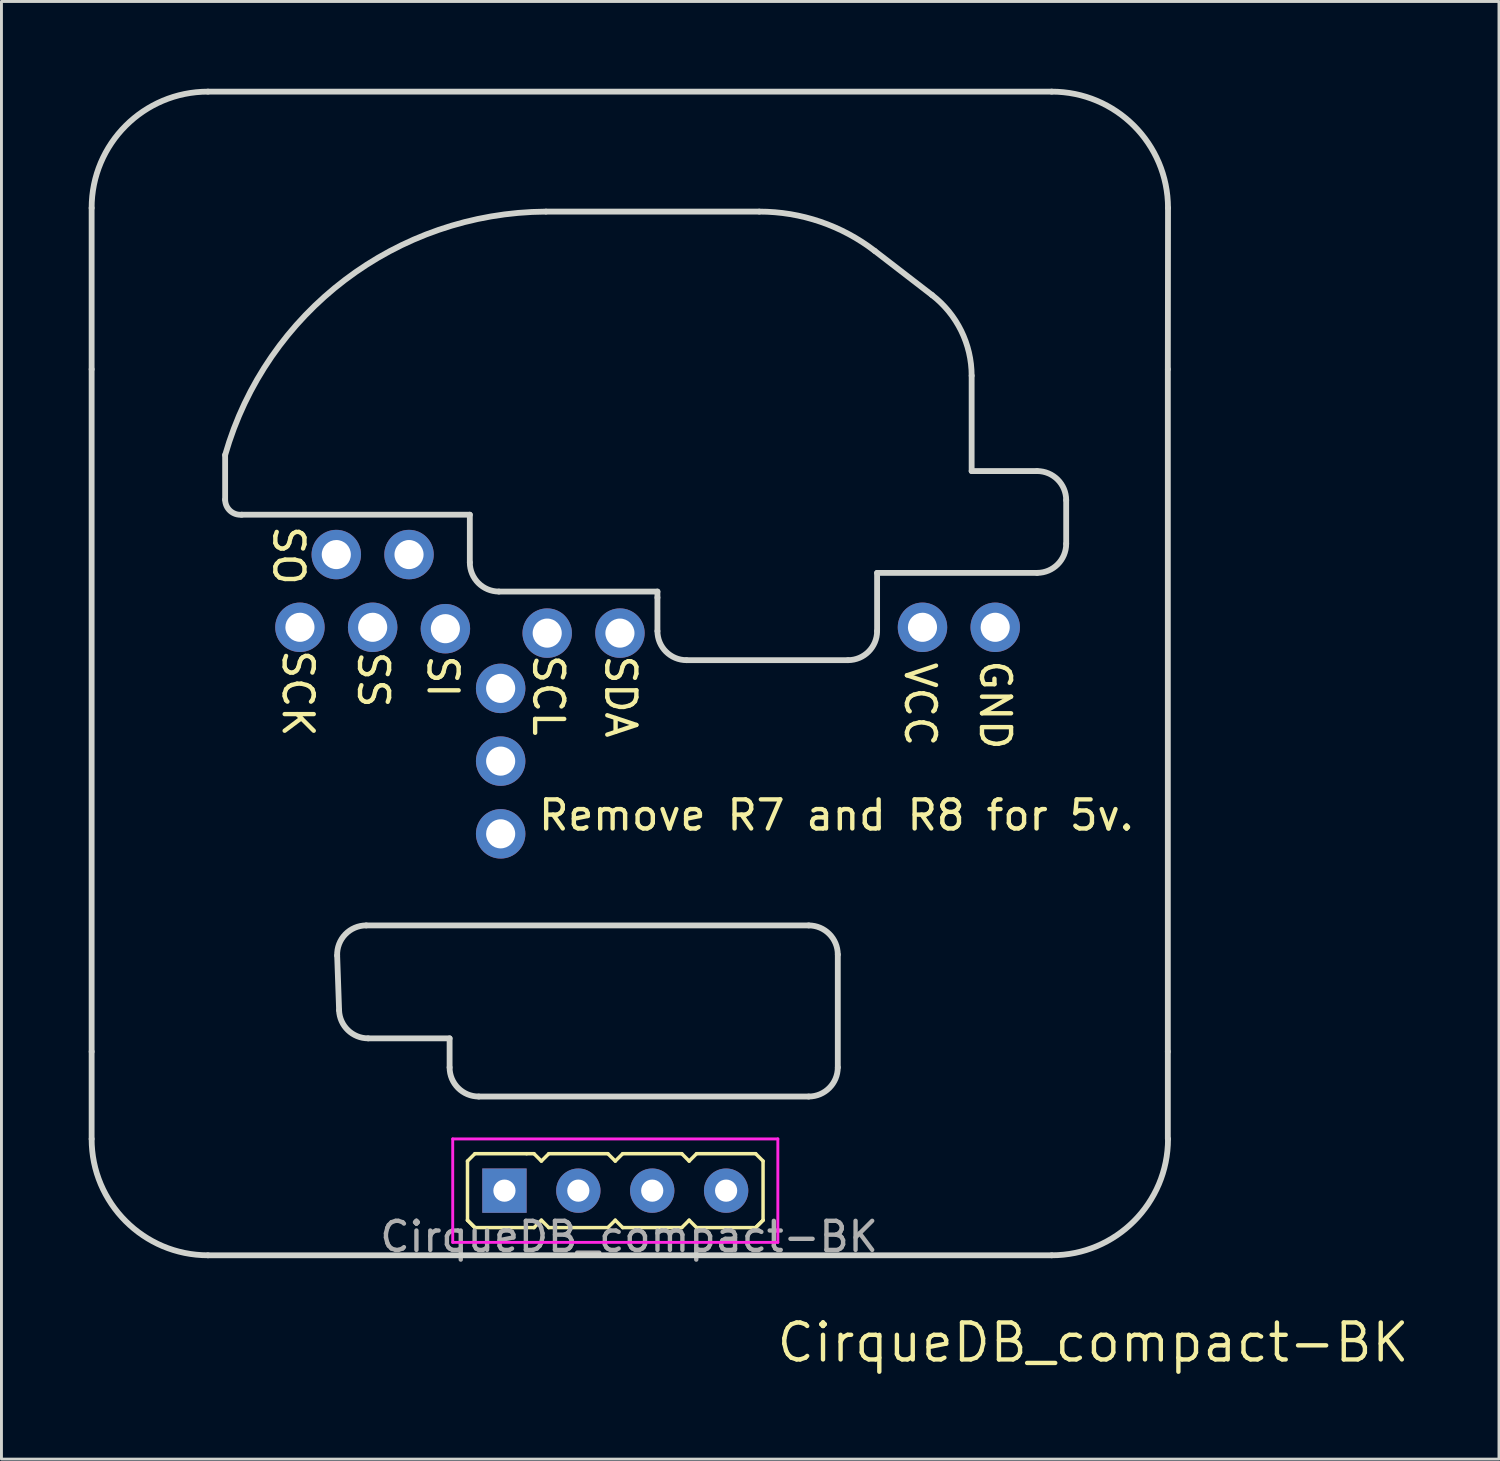
<source format=kicad_pcb>
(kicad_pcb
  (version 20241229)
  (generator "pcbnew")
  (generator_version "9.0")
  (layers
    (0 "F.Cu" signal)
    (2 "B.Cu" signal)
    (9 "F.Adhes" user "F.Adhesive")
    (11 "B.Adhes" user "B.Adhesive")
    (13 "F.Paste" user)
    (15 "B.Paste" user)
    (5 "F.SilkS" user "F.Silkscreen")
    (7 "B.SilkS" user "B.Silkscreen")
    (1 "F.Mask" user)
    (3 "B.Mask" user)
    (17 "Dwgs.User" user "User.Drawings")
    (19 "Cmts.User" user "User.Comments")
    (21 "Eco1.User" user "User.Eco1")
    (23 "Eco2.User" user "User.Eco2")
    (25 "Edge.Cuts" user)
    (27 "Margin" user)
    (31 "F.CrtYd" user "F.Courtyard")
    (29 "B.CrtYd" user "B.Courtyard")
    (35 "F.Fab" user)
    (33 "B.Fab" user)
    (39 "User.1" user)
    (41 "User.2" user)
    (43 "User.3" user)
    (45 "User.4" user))
  (footprint "CirqueDB_compact-BK"
    (layer "F.Cu")
    (at 34.524 43.1)
    (property "Reference" "CirqueDB_compact-BK" (at 0 0 0) (unlocked yes) (layer "F.SilkS") (effects (font (size 1.27 1.27) (thickness 0.15))))
    (fp_line (start -21.504 -6.238) (end -21.504 -4.206) (stroke (width 0.12) (type solid)) (layer "F.SilkS"))
    (fp_line (start -21.25 -6.492) (end -21.504 -6.238) (stroke (width 0.12) (type solid)) (layer "F.SilkS"))
    (fp_line (start -21.25 -6.492) (end -19.472 -6.492) (stroke (width 0.12) (type solid)) (layer "F.SilkS"))
    (fp_line (start -21.25 -3.952) (end -21.504 -4.206) (stroke (width 0.12) (type solid)) (layer "F.SilkS"))
    (fp_line (start -21.25 -3.952) (end -21.504 -4.206) (stroke (width 0.12) (type solid)) (layer "F.SilkS"))
    (fp_line (start -19.472 -6.492) (end -19.218 -6.492) (stroke (width 0.12) (type solid)) (layer "F.SilkS"))
    (fp_line (start -19.218 -6.492) (end -18.964 -6.238) (stroke (width 0.12) (type solid)) (layer "F.SilkS"))
    (fp_line (start -19.218 -3.952) (end -21.25 -3.952) (stroke (width 0.12) (type solid)) (layer "F.SilkS"))
    (fp_line (start -18.964 -6.238) (end -18.71 -6.492) (stroke (width 0.12) (type solid)) (layer "F.SilkS"))
    (fp_line (start -18.964 -4.206) (end -19.218 -3.952) (stroke (width 0.12) (type solid)) (layer "F.SilkS"))
    (fp_line (start -18.71 -6.492) (end -16.678 -6.492) (stroke (width 0.12) (type solid)) (layer "F.SilkS"))
    (fp_line (start -18.71 -3.952) (end -18.964 -4.206) (stroke (width 0.12) (type solid)) (layer "F.SilkS"))
    (fp_line (start -16.678 -6.492) (end -16.424 -6.238) (stroke (width 0.12) (type solid)) (layer "F.SilkS"))
    (fp_line (start -16.678 -3.952) (end -18.71 -3.952) (stroke (width 0.12) (type solid)) (layer "F.SilkS"))
    (fp_line (start -16.424 -6.238) (end -16.17 -6.492) (stroke (width 0.12) (type solid)) (layer "F.SilkS"))
    (fp_line (start -16.424 -4.206) (end -16.678 -3.952) (stroke (width 0.12) (type solid)) (layer "F.SilkS"))
    (fp_line (start -16.17 -6.492) (end -14.138 -6.492) (stroke (width 0.12) (type solid)) (layer "F.SilkS"))
    (fp_line (start -16.17 -3.952) (end -16.424 -4.206) (stroke (width 0.12) (type solid)) (layer "F.SilkS"))
    (fp_line (start -14.138 -6.492) (end -13.884 -6.238) (stroke (width 0.12) (type solid)) (layer "F.SilkS"))
    (fp_line (start -14.138 -3.952) (end -16.17 -3.952) (stroke (width 0.12) (type solid)) (layer "F.SilkS"))
    (fp_line (start -13.884 -6.238) (end -13.63 -6.492) (stroke (width 0.12) (type solid)) (layer "F.SilkS"))
    (fp_line (start -13.884 -4.206) (end -14.138 -3.952) (stroke (width 0.12) (type solid)) (layer "F.SilkS"))
    (fp_line (start -13.63 -6.492) (end -11.598 -6.492) (stroke (width 0.12) (type solid)) (layer "F.SilkS"))
    (fp_line (start -13.63 -3.952) (end -13.884 -4.206) (stroke (width 0.12) (type solid)) (layer "F.SilkS"))
    (fp_line (start -11.598 -6.492) (end -11.344 -6.238) (stroke (width 0.12) (type solid)) (layer "F.SilkS"))
    (fp_line (start -11.598 -3.952) (end -13.63 -3.952) (stroke (width 0.12) (type solid)) (layer "F.SilkS"))
    (fp_line (start -11.344 -4.206) (end -11.598 -3.952) (stroke (width 0.12) (type solid)) (layer "F.SilkS"))
    (fp_line (start -11.344 -4.206) (end -11.598 -3.952) (stroke (width 0.12) (type solid)) (layer "F.SilkS"))
    (fp_line (start -11.344 -4.206) (end -11.344 -6.238) (stroke (width 0.12) (type solid)) (layer "F.SilkS"))
    (fp_line (start -34.424 -33.457) (end -34.424 -39) (stroke (width 0.2) (type solid)) (layer "Edge.Cuts"))
    (fp_line (start -34.424 -33.457) (end -34.424 -10) (stroke (width 0.2) (type solid)) (layer "Edge.Cuts"))
    (fp_line (start -34.424 -10) (end -34.424 -7) (stroke (width 0.2) (type solid)) (layer "Edge.Cuts"))
    (fp_line (start -30.424 -3) (end -1.424 -3) (stroke (width 0.2) (type solid)) (layer "Edge.Cuts"))
    (fp_line (start -29.835 -28.977) (end -29.835 -30.508) (stroke (width 0.2) (type solid)) (layer "Edge.Cuts"))
    (fp_line (start -25.984 -13.304) (end -25.918 -11.423) (stroke (width 0.2) (type solid)) (layer "Edge.Cuts"))
    (fp_line (start -24.919 -10.457) (end -22.119 -10.457) (stroke (width 0.2) (type solid)) (layer "Edge.Cuts"))
    (fp_line (start -22.119 -10.457) (end -22.119 -9.457) (stroke (width 0.2) (type solid)) (layer "Edge.Cuts"))
    (fp_line (start -21.424 -28.457) (end -29.264 -28.457) (stroke (width 0.2) (type solid)) (layer "Edge.Cuts"))
    (fp_line (start -21.424 -26.815) (end -21.424 -28.457) (stroke (width 0.2) (type solid)) (layer "Edge.Cuts"))
    (fp_line (start -21.119 -8.457) (end -9.775 -8.457) (stroke (width 0.2) (type solid)) (layer "Edge.Cuts"))
    (fp_line (start -18.809 -38.876) (end -11.473 -38.876) (stroke (width 0.2) (type solid)) (layer "Edge.Cuts"))
    (fp_line (start -14.975 -25.815) (end -20.424 -25.815) (stroke (width 0.2) (type solid)) (layer "Edge.Cuts"))
    (fp_line (start -14.975 -25.609) (end -14.975 -25.815) (stroke (width 0.2) (type solid)) (layer "Edge.Cuts"))
    (fp_line (start -14.975 -24.457) (end -14.975 -25.609) (stroke (width 0.2) (type solid)) (layer "Edge.Cuts"))
    (fp_line (start -9.775 -14.339) (end -24.985 -14.339) (stroke (width 0.2) (type solid)) (layer "Edge.Cuts"))
    (fp_line (start -8.775 -9.457) (end -8.775 -13.339) (stroke (width 0.2) (type solid)) (layer "Edge.Cuts"))
    (fp_line (start -8.424 -23.457) (end -13.975 -23.457) (stroke (width 0.2) (type solid)) (layer "Edge.Cuts"))
    (fp_line (start -7.504 -37.524) (end -5.537 -36.008) (stroke (width 0.2) (type solid)) (layer "Edge.Cuts"))
    (fp_line (start -7.424 -26.457) (end -7.424 -24.457) (stroke (width 0.2) (type solid)) (layer "Edge.Cuts"))
    (fp_line (start -4.174 -33.236) (end -4.174 -29.957) (stroke (width 0.2) (type solid)) (layer "Edge.Cuts"))
    (fp_line (start -4.174 -29.957) (end -1.924 -29.957) (stroke (width 0.2) (type solid)) (layer "Edge.Cuts"))
    (fp_line (start -1.924 -26.457) (end -7.424 -26.457) (stroke (width 0.2) (type solid)) (layer "Edge.Cuts"))
    (fp_line (start -1.424 -43) (end -30.424 -43) (stroke (width 0.2) (type solid)) (layer "Edge.Cuts"))
    (fp_line (start -0.924 -28.957) (end -0.924 -27.457) (stroke (width 0.2) (type solid)) (layer "Edge.Cuts"))
    (fp_line (start 2.57 -33.457) (end 2.576 -39) (stroke (width 0.2) (type solid)) (layer "Edge.Cuts"))
    (fp_line (start 2.57 -10) (end 2.57 -33.457) (stroke (width 0.2) (type solid)) (layer "Edge.Cuts"))
    (fp_line (start 2.57 -10) (end 2.57 -7) (stroke (width 0.2) (type solid)) (layer "Edge.Cuts"))
    (fp_arc (start -34.423961 -39) (mid -33.252388 -41.828427) (end -30.423961 -43) (stroke (width 0.2) (type solid)) (layer "Edge.Cuts"))
    (fp_arc (start -30.423961 -3) (mid -33.252388 -4.171573) (end -34.423961 -7) (stroke (width 0.2) (type solid)) (layer "Edge.Cuts"))
    (fp_arc (start -29.834789 -30.508195) (mid -25.715466 -36.528104) (end -18.809371 -38.87629) (stroke (width 0.2) (type solid)) (layer "Edge.Cuts"))
    (fp_arc (start -29.263961 -28.457381) (mid -29.664048 -28.591499) (end -29.834789 -28.977381) (stroke (width 0.2) (type solid)) (layer "Edge.Cuts"))
    (fp_arc (start -25.983983 -13.304141) (mid -25.703911 -14.033671) (end -24.984591 -14.33901) (stroke (width 0.2) (type solid)) (layer "Edge.Cuts"))
    (fp_arc (start -24.918941 -10.457381) (mid -25.61362 -10.738042) (end -25.918333 -11.422512) (stroke (width 0.2) (type solid)) (layer "Edge.Cuts"))
    (fp_arc (start -21.118883 -8.457381) (mid -21.825979 -8.750285) (end -22.118883 -9.457381) (stroke (width 0.2) (type solid)) (layer "Edge.Cuts"))
    (fp_arc (start -20.423961 -25.81546) (mid -21.131072 -26.108349) (end -21.423961 -26.81546) (stroke (width 0.2) (type solid)) (layer "Edge.Cuts"))
    (fp_arc (start -13.97453 -23.457381) (mid -14.681637 -23.750274) (end -14.97453 -24.457381) (stroke (width 0.2) (type solid)) (layer "Edge.Cuts"))
    (fp_arc (start -11.472513 -38.87629) (mid -9.376431 -38.529049) (end -7.504302 -37.524426) (stroke (width 0.2) (type solid)) (layer "Edge.Cuts"))
    (fp_arc (start -9.77539 -14.33901) (mid -9.068284 -14.046116) (end -8.77539 -13.33901) (stroke (width 0.2) (type solid)) (layer "Edge.Cuts"))
    (fp_arc (start -8.77539 -9.457381) (mid -9.068283 -8.750274) (end -9.77539 -8.457381) (stroke (width 0.2) (type solid)) (layer "Edge.Cuts"))
    (fp_arc (start -7.423961 -24.457381) (mid -7.716854 -23.750274) (end -8.423961 -23.457381) (stroke (width 0.2) (type solid)) (layer "Edge.Cuts"))
    (fp_arc (start -5.537232 -36.008198) (mid -4.533219 -34.780703) (end -4.173961 -33.236125) (stroke (width 0.2) (type solid)) (layer "Edge.Cuts"))
    (fp_arc (start -1.923961 -29.957381) (mid -1.216854 -29.664488) (end -0.923961 -28.957381) (stroke (width 0.2) (type solid)) (layer "Edge.Cuts"))
    (fp_arc (start -1.423961 -43) (mid 1.404466 -41.828427) (end 2.576039 -39) (stroke (width 0.2) (type solid)) (layer "Edge.Cuts"))
    (fp_arc (start -0.923961 -27.457381) (mid -1.216854 -26.750274) (end -1.923961 -26.457381) (stroke (width 0.2) (type solid)) (layer "Edge.Cuts"))
    (fp_arc (start 2.576039 -7) (mid 1.404466 -4.171573) (end -1.423961 -3) (stroke (width 0.2) (type solid)) (layer "Edge.Cuts"))
    (fp_line (start -22.012 -7) (end -22.012 -3.444) (stroke (width 0.1) (type solid)) (layer "F.CrtYd"))
    (fp_line (start -22.012 -7) (end -10.836 -7) (stroke (width 0.1) (type solid)) (layer "F.CrtYd"))
    (fp_line (start -10.836 -3.444) (end -22.012 -3.444) (stroke (width 0.1) (type solid)) (layer "F.CrtYd"))
    (fp_line (start -10.836 -3.444) (end -10.836 -7) (stroke (width 0.1) (type solid)) (layer "F.CrtYd"))
    (fp_line (start -25.924 -13.334) (end -25.858 -11.453) (stroke (width 0.2) (type solid)) (layer "User.7"))
    (fp_line (start -24.859 -10.487) (end -22.059 -10.487) (stroke (width 0.2) (type solid)) (layer "User.7"))
    (fp_line (start -22.059 -10.487) (end -22.059 -9.487) (stroke (width 0.2) (type solid)) (layer "User.7"))
    (fp_line (start -21.364 -26.845) (end -21.364 -28.487) (stroke (width 0.2) (type solid)) (layer "User.7"))
    (fp_line (start -21.059 -8.487) (end -9.715 -8.487) (stroke (width 0.2) (type solid)) (layer "User.7"))
    (fp_line (start -18.749 -38.906) (end -11.413 -38.906) (stroke (width 0.2) (type solid)) (layer "User.7"))
    (fp_line (start -14.915 -25.845) (end -20.364 -25.845) (stroke (width 0.2) (type solid)) (layer "User.7"))
    (fp_line (start -14.915 -25.639) (end -14.915 -25.845) (stroke (width 0.2) (type solid)) (layer "User.7"))
    (fp_line (start -14.915 -24.487) (end -14.915 -25.639) (stroke (width 0.2) (type solid)) (layer "User.7"))
    (fp_line (start -9.715 -14.369) (end -24.925 -14.369) (stroke (width 0.2) (type solid)) (layer "User.7"))
    (fp_line (start -8.715 -9.487) (end -8.715 -13.369) (stroke (width 0.2) (type solid)) (layer "User.7"))
    (fp_line (start -8.364 -23.487) (end -13.915 -23.487) (stroke (width 0.2) (type solid)) (layer "User.7"))
    (fp_line (start -7.444 -37.554) (end -5.477 -36.038) (stroke (width 0.2) (type solid)) (layer "User.7"))
    (fp_line (start -7.364 -26.487) (end -7.364 -24.487) (stroke (width 0.2) (type solid)) (layer "User.7"))
    (fp_line (start -4.114 -33.266) (end -4.114 -29.987) (stroke (width 0.2) (type solid)) (layer "User.7"))
    (fp_line (start -4.114 -29.987) (end -1.864 -29.987) (stroke (width 0.2) (type solid)) (layer "User.7"))
    (fp_line (start -1.864 -26.487) (end -7.364 -26.487) (stroke (width 0.2) (type solid)) (layer "User.7"))
    (fp_line (start -0.864 -28.987) (end -0.864 -27.487) (stroke (width 0.2) (type solid)) (layer "User.7"))
    (fp_arc (start -25.923983 -13.334141) (mid -25.643911 -14.063671) (end -24.924591 -14.36901) (stroke (width 0.2) (type solid)) (layer "User.7"))
    (fp_arc (start -24.858941 -10.487381) (mid -25.55362 -10.768042) (end -25.858333 -11.452512) (stroke (width 0.2) (type solid)) (layer "User.7"))
    (fp_arc (start -21.058883 -8.487381) (mid -21.765979 -8.780285) (end -22.058883 -9.487381) (stroke (width 0.2) (type solid)) (layer "User.7"))
    (fp_arc (start -20.363961 -25.84546) (mid -21.071072 -26.138349) (end -21.363961 -26.84546) (stroke (width 0.2) (type solid)) (layer "User.7"))
    (fp_arc (start -13.91453 -23.487381) (mid -14.621637 -23.780274) (end -14.91453 -24.487381) (stroke (width 0.2) (type solid)) (layer "User.7"))
    (fp_arc (start -11.412513 -38.90629) (mid -9.316431 -38.559049) (end -7.444302 -37.554426) (stroke (width 0.2) (type solid)) (layer "User.7"))
    (fp_arc (start -9.71539 -14.36901) (mid -9.008284 -14.076116) (end -8.71539 -13.36901) (stroke (width 0.2) (type solid)) (layer "User.7"))
    (fp_arc (start -8.71539 -9.487381) (mid -9.008283 -8.780274) (end -9.71539 -8.487381) (stroke (width 0.2) (type solid)) (layer "User.7"))
    (fp_arc (start -7.363961 -24.487381) (mid -7.656854 -23.780274) (end -8.363961 -23.487381) (stroke (width 0.2) (type solid)) (layer "User.7"))
    (fp_arc (start -5.477232 -36.038198) (mid -4.473219 -34.810703) (end -4.113961 -33.266125) (stroke (width 0.2) (type solid)) (layer "User.7"))
    (fp_arc (start -1.863961 -29.987381) (mid -1.156854 -29.694488) (end -0.863961 -28.987381) (stroke (width 0.2) (type solid)) (layer "User.7"))
    (fp_arc (start -0.863961 -27.487381) (mid -1.156854 -26.780274) (end -1.863961 -26.487381) (stroke (width 0.2) (type solid)) (layer "User.7"))
    (fp_circle (center -27.264 -24.587) (end -28.014 -24.587) (stroke (width 0.2) (type solid)) (fill no) (layer "User.7"))
    (fp_circle (center -26.014 -27.087) (end -26.764 -27.087) (stroke (width 0.2) (type solid)) (fill no) (layer "User.7"))
    (fp_circle (center -24.764 -24.587) (end -25.514 -24.587) (stroke (width 0.2) (type solid)) (fill no) (layer "User.7"))
    (fp_circle (center -23.514 -27.087) (end -24.264 -27.087) (stroke (width 0.2) (type solid)) (fill no) (layer "User.7"))
    (fp_circle (center -22.264 -24.539) (end -23.014 -24.539) (stroke (width 0.2) (type solid)) (fill no) (layer "User.7"))
    (fp_circle (center -20.364 -22.487) (end -21.114 -22.487) (stroke (width 0.2) (type solid)) (fill no) (layer "User.7"))
    (fp_circle (center -20.364 -22.487) (end -21.114 -22.487) (stroke (width 0.2) (type solid)) (fill no) (layer "User.7"))
    (fp_circle (center -20.364 -19.987) (end -21.114 -19.987) (stroke (width 0.2) (type solid)) (fill no) (layer "User.7"))
    (fp_circle (center -20.364 -17.487) (end -21.114 -17.487) (stroke (width 0.2) (type solid)) (fill no) (layer "User.7"))
    (fp_circle (center -18.764 -24.387) (end -19.514 -24.387) (stroke (width 0.2) (type solid)) (fill no) (layer "User.7"))
    (fp_circle (center -16.264 -24.387) (end -17.014 -24.387) (stroke (width 0.2) (type solid)) (fill no) (layer "User.7"))
    (fp_circle (center -5.864 -24.587) (end -6.614 -24.587) (stroke (width 0.2) (type solid)) (fill no) (layer "User.7"))
    (fp_circle (center -3.364 -24.587) (end -4.114 -24.587) (stroke (width 0.2) (type solid)) (fill no) (layer "User.7"))
    (fp_text user "GND" (at -3.364 -21.917 270) (unlocked yes) (layer "F.SilkS") (effects (font (size 1 1) (thickness 0.15))))
    (fp_text user "SCK" (at -27.334 -22.317 270) (unlocked yes) (layer "F.SilkS") (effects (font (size 1 1) (thickness 0.15))))
    (fp_text user "Remove R7 and R8 for 5v." (at -8.824 -18.127 0) (unlocked yes) (layer "F.SilkS") (effects (font (size 1 1) (thickness 0.15))))
    (fp_text user "SCL" (at -18.724 -22.247 270) (unlocked yes) (layer "F.SilkS") (effects (font (size 1 1) (thickness 0.15))))
    (fp_text user "SI" (at -22.354 -22.897 270) (unlocked yes) (layer "F.SilkS") (effects (font (size 1 1) (thickness 0.15))))
    (fp_text user "SDA" (at -16.244 -22.207 270) (unlocked yes) (layer "F.SilkS") (effects (font (size 1 1) (thickness 0.15))))
    (fp_text user "VCC" (at -5.944 -21.937 270) (unlocked yes) (layer "F.SilkS") (effects (font (size 1 1) (thickness 0.15))))
    (fp_text user "SO" (at -27.654 -27.057 270) (unlocked yes) (layer "F.SilkS") (effects (font (size 1 1) (thickness 0.15))))
    (fp_text user "SS" (at -24.744 -22.787 270) (unlocked yes) (layer "F.SilkS") (effects (font (size 1 1) (thickness 0.15))))
    (fp_text user "${REFERENCE}" (at -15.95 -3.64 180) (layer "F.Fab") (effects (font (size 1 1) (thickness 0.15))))
    (pad "1" thru_hole rect (at -20.234 -5.222 90) (size 1.524 1.524) (drill 0.762) (layers "*.Cu" "*.Mask"))
    (pad "1" thru_hole circle (at -3.364 -24.587 180) (size 1.7 1.7) (drill 1) (layers "*.Cu" "*.Mask"))
    (pad "2" thru_hole oval (at -17.694 -5.222 90) (size 1.524 1.524) (drill 0.762) (layers "*.Cu" "*.Mask"))
    (pad "2" thru_hole circle (at -5.864 -24.587 180) (size 1.7 1.7) (drill 1) (layers "*.Cu" "*.Mask"))
    (pad "3" thru_hole circle (at -16.264 -24.387 180) (size 1.7 1.7) (drill 1) (layers "*.Cu" "*.Mask"))
    (pad "3" thru_hole oval (at -12.614 -5.222 90) (size 1.524 1.524) (drill 0.762) (layers "*.Cu" "*.Mask"))
    (pad "4" thru_hole circle (at -18.764 -24.387 180) (size 1.7 1.7) (drill 1) (layers "*.Cu" "*.Mask"))
    (pad "4" thru_hole oval (at -15.154 -5.222 90) (size 1.524 1.524) (drill 0.762) (layers "*.Cu" "*.Mask"))
    (pad "5" thru_hole circle (at -20.364 -22.487 180) (size 1.7 1.7) (drill 1) (layers "*.Cu" "*.Mask"))
    (pad "6" thru_hole circle (at -20.364 -19.987 180) (size 1.7 1.7) (drill 1) (layers "*.Cu" "*.Mask"))
    (pad "7" thru_hole circle (at -20.364 -17.487 180) (size 1.7 1.7) (drill 1) (layers "*.Cu" "*.Mask"))
    (pad "8" thru_hole circle (at -22.264 -24.539 180) (size 1.7 1.7) (drill 1) (layers "*.Cu" "*.Mask"))
    (pad "9" thru_hole circle (at -23.514 -27.087 180) (size 1.7 1.7) (drill 1) (layers "*.Cu" "*.Mask"))
    (pad "10" thru_hole circle (at -24.764 -24.587 180) (size 1.7 1.7) (drill 1) (layers "*.Cu" "*.Mask"))
    (pad "11" thru_hole circle (at -26.014 -27.087 180) (size 1.7 1.7) (drill 1) (layers "*.Cu" "*.Mask"))
    (pad "12" thru_hole circle (at -27.264 -24.587 180) (size 1.7 1.7) (drill 1) (layers "*.Cu" "*.Mask")))
  (gr_rect
    (start -3 -3)
    (end 48.477 47.106)
    (stroke (width 0.1) (type default))
    (fill no)
    (layer "Edge.Cuts")))
</source>
